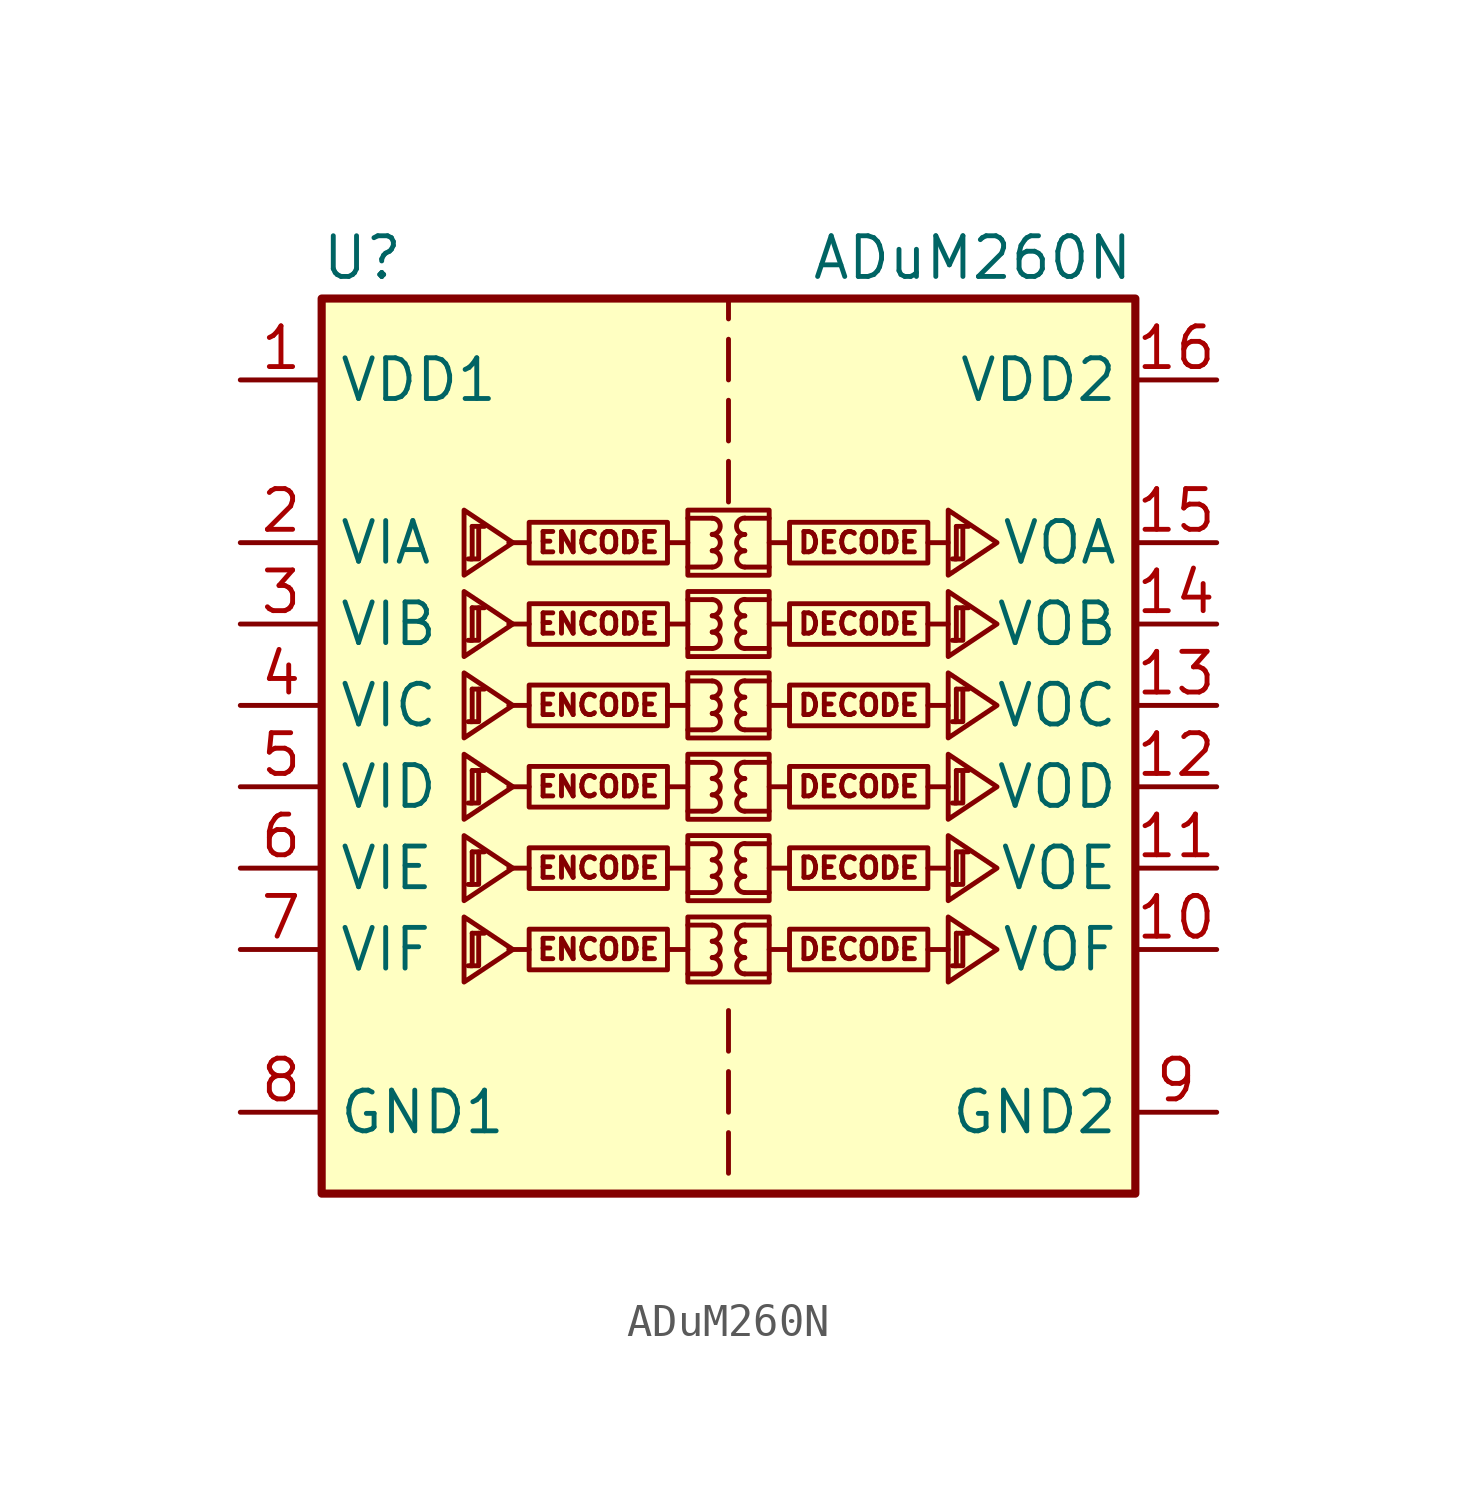
<source format=kicad_sym>
(kicad_symbol_lib
  (version 20201005)
  (generator kicad_symbol_editor)
  (symbol "Isolator_Digital:ADuM260N"
    (property "Reference" "U"
      (at -11.43 16.51 0)
      (effects (font (size 1.27 1.27))))
    (property "Value" "ADuM260N"
      (at 7.62 16.51 0)
      (effects (font (size 1.27 1.27))))
    (symbol "ADuM260N_0_1"
      (polyline (pts (xy -8.001 8.128) (xy -7.62 8.128)) (stroke (width 0)) (fill (type none)))
      (polyline (pts (xy -8.052 7.112) (xy -7.798 7.112) (xy -7.798 8.128)) (stroke (width 0)) (fill (type none)))
      (polyline (pts (xy -8.001 8.128) (xy -8.001 7.112) (xy -8.128 7.112)) (stroke (width 0)) (fill (type none)))
      (polyline (pts (xy -6.731 7.62) (xy -8.255 8.636) (xy -8.255 6.604) (xy -6.731 7.62)) (stroke (width 0)) (fill (type none))))
    (symbol "ADuM260N_1_0"
      (arc (start -0.508 -5.842) (end -0.508 -5.334) (radius (at -0.508 -5.588) (length 0.254) (angles -89.9 89.9)) (stroke (width 0)) (fill (type none)))
      (arc (start -0.508 -5.334) (end -0.508 -4.826) (radius (at -0.508 -5.08) (length 0.254) (angles -89.9 89.9)) (stroke (width 0)) (fill (type none)))
      (arc (start -0.508 -4.826) (end -0.508 -4.318) (radius (at -0.508 -4.572) (length 0.254) (angles -89.9 89.9)) (stroke (width 0)) (fill (type none)))
      (arc (start -0.508 -3.302) (end -0.508 -2.794) (radius (at -0.508 -3.048) (length 0.254) (angles -89.9 89.9)) (stroke (width 0)) (fill (type none)))
      (arc (start -0.508 -2.794) (end -0.508 -2.286) (radius (at -0.508 -2.54) (length 0.254) (angles -89.9 89.9)) (stroke (width 0)) (fill (type none)))
      (arc (start -0.508 -2.286) (end -0.508 -1.778) (radius (at -0.508 -2.032) (length 0.254) (angles -89.9 89.9)) (stroke (width 0)) (fill (type none)))
      (arc (start -0.508 -0.762) (end -0.508 -0.254) (radius (at -0.508 -0.508) (length 0.254) (angles -89.9 89.9)) (stroke (width 0)) (fill (type none)))
      (arc (start -0.508 -0.254) (end -0.508 0.254) (radius (at -0.508 0) (length 0.254) (angles -89.9 89.9)) (stroke (width 0)) (fill (type none)))
      (arc (start -0.508 0.254) (end -0.508 0.762) (radius (at -0.508 0.508) (length 0.254) (angles -89.9 89.9)) (stroke (width 0)) (fill (type none)))
      (arc (start -0.508 1.778) (end -0.508 2.286) (radius (at -0.508 2.032) (length 0.254) (angles -89.9 89.9)) (stroke (width 0)) (fill (type none)))
      (arc (start -0.508 2.286) (end -0.508 2.794) (radius (at -0.508 2.54) (length 0.254) (angles -89.9 89.9)) (stroke (width 0)) (fill (type none)))
      (arc (start -0.508 2.794) (end -0.508 3.302) (radius (at -0.508 3.048) (length 0.254) (angles -89.9 89.9)) (stroke (width 0)) (fill (type none)))
      (arc (start -0.508 4.318) (end -0.508 4.826) (radius (at -0.508 4.572) (length 0.254) (angles -89.9 89.9)) (stroke (width 0)) (fill (type none)))
      (arc (start -0.508 4.826) (end -0.508 5.334) (radius (at -0.508 5.08) (length 0.254) (angles -89.9 89.9)) (stroke (width 0)) (fill (type none)))
      (arc (start -0.508 5.334) (end -0.508 5.842) (radius (at -0.508 5.588) (length 0.254) (angles -89.9 89.9)) (stroke (width 0)) (fill (type none)))
      (arc (start -0.508 6.858) (end -0.508 7.366) (radius (at -0.508 7.112) (length 0.254) (angles -89.9 89.9)) (stroke (width 0)) (fill (type none)))
      (arc (start -0.508 7.366) (end -0.508 7.874) (radius (at -0.508 7.62) (length 0.254) (angles -89.9 89.9)) (stroke (width 0)) (fill (type none)))
      (arc (start -0.508 7.874) (end -0.508 8.382) (radius (at -0.508 8.128) (length 0.254) (angles -89.9 89.9)) (stroke (width 0)) (fill (type none)))
      (arc (start 0.508 -5.334) (end 0.508 -5.842) (radius (at 0.508 -5.588) (length 0.254) (angles 90.1 -90.1)) (stroke (width 0)) (fill (type none)))
      (arc (start 0.508 -4.826) (end 0.508 -5.334) (radius (at 0.508 -5.08) (length 0.254) (angles 90.1 -90.1)) (stroke (width 0)) (fill (type none)))
      (arc (start 0.508 -4.318) (end 0.508 -4.826) (radius (at 0.508 -4.572) (length 0.254) (angles 90.1 -90.1)) (stroke (width 0)) (fill (type none)))
      (arc (start 0.508 -2.794) (end 0.508 -3.302) (radius (at 0.508 -3.048) (length 0.254) (angles 90.1 -90.1)) (stroke (width 0)) (fill (type none)))
      (arc (start 0.508 -2.286) (end 0.508 -2.794) (radius (at 0.508 -2.54) (length 0.254) (angles 90.1 -90.1)) (stroke (width 0)) (fill (type none)))
      (arc (start 0.508 -1.778) (end 0.508 -2.286) (radius (at 0.508 -2.032) (length 0.254) (angles 90.1 -90.1)) (stroke (width 0)) (fill (type none)))
      (arc (start 0.508 -0.254) (end 0.508 -0.762) (radius (at 0.508 -0.508) (length 0.254) (angles 90.1 -90.1)) (stroke (width 0)) (fill (type none)))
      (arc (start 0.508 0.254) (end 0.508 -0.254) (radius (at 0.508 0) (length 0.254) (angles 90.1 -90.1)) (stroke (width 0)) (fill (type none)))
      (arc (start 0.508 0.762) (end 0.508 0.254) (radius (at 0.508 0.508) (length 0.254) (angles 90.1 -90.1)) (stroke (width 0)) (fill (type none)))
      (arc (start 0.508 2.286) (end 0.508 1.778) (radius (at 0.508 2.032) (length 0.254) (angles 90.1 -90.1)) (stroke (width 0)) (fill (type none)))
      (arc (start 0.508 2.794) (end 0.508 2.286) (radius (at 0.508 2.54) (length 0.254) (angles 90.1 -90.1)) (stroke (width 0)) (fill (type none)))
      (arc (start 0.508 3.302) (end 0.508 2.794) (radius (at 0.508 3.048) (length 0.254) (angles 90.1 -90.1)) (stroke (width 0)) (fill (type none)))
      (arc (start 0.508 4.826) (end 0.508 4.318) (radius (at 0.508 4.572) (length 0.254) (angles 90.1 -90.1)) (stroke (width 0)) (fill (type none)))
      (arc (start 0.508 5.334) (end 0.508 4.826) (radius (at 0.508 5.08) (length 0.254) (angles 90.1 -90.1)) (stroke (width 0)) (fill (type none)))
      (arc (start 0.508 5.842) (end 0.508 5.334) (radius (at 0.508 5.588) (length 0.254) (angles 90.1 -90.1)) (stroke (width 0)) (fill (type none)))
      (arc (start 0.508 7.366) (end 0.508 6.858) (radius (at 0.508 7.112) (length 0.254) (angles 90.1 -90.1)) (stroke (width 0)) (fill (type none)))
      (arc (start 0.508 7.874) (end 0.508 7.366) (radius (at 0.508 7.62) (length 0.254) (angles 90.1 -90.1)) (stroke (width 0)) (fill (type none)))
      (arc (start 0.508 8.382) (end 0.508 7.874) (radius (at 0.508 8.128) (length 0.254) (angles 90.1 -90.1)) (stroke (width 0)) (fill (type none)))
      (text "DECODE" (at 4.064 -5.08 0) (effects (font (size 0.635 0.635))))
      (text "DECODE" (at 4.064 -2.54 0) (effects (font (size 0.635 0.635))))
      (text "DECODE" (at 4.064 0 0) (effects (font (size 0.635 0.635))))
      (text "DECODE" (at 4.064 2.54 0) (effects (font (size 0.635 0.635))))
      (text "DECODE" (at 4.064 5.08 0) (effects (font (size 0.635 0.635))))
      (text "DECODE" (at 4.064 7.62 0) (effects (font (size 0.635 0.635))))
      (text "ENCODE" (at -4.064 -5.08 0) (effects (font (size 0.635 0.635))))
      (text "ENCODE" (at -4.064 -2.54 0) (effects (font (size 0.635 0.635))))
      (text "ENCODE" (at -4.064 0 0) (effects (font (size 0.635 0.635))))
      (text "ENCODE" (at -4.064 2.54 0) (effects (font (size 0.635 0.635))))
      (text "ENCODE" (at -4.064 5.08 0) (effects (font (size 0.635 0.635))))
      (text "ENCODE" (at -4.064 7.62 0) (effects (font (size 0.635 0.635))))
      (rectangle (start -1.27 -4.064) (end 1.27 -6.096) (stroke (width 0)) (fill (type none)))
      (rectangle (start -1.27 -1.524) (end 1.27 -3.556) (stroke (width 0)) (fill (type none)))
      (rectangle (start -1.27 1.016) (end 1.27 -1.016) (stroke (width 0)) (fill (type none)))
      (rectangle (start -1.27 3.556) (end 1.27 1.524) (stroke (width 0)) (fill (type none)))
      (rectangle (start -1.27 6.096) (end 1.27 4.064) (stroke (width 0)) (fill (type none)))
      (rectangle (start -1.27 8.636) (end 1.27 6.604) (stroke (width 0)) (fill (type none)))
      (rectangle (start 1.905 -4.445) (end 6.223 -5.715) (stroke (width 0)) (fill (type none)))
      (rectangle (start 1.905 -1.905) (end 6.223 -3.175) (stroke (width 0)) (fill (type none)))
      (rectangle (start 1.905 0.635) (end 6.223 -0.635) (stroke (width 0)) (fill (type none)))
      (rectangle (start 1.905 3.175) (end 6.223 1.905) (stroke (width 0)) (fill (type none)))
      (rectangle (start 1.905 5.715) (end 6.223 4.445) (stroke (width 0)) (fill (type none)))
      (rectangle (start 1.905 8.255) (end 6.223 6.985) (stroke (width 0)) (fill (type none)))
      (polyline (pts (xy -6.223 -5.08) (xy -6.858 -5.08)) (stroke (width 0)) (fill (type none)))
      (polyline (pts (xy -6.223 -2.54) (xy -6.858 -2.54)) (stroke (width 0)) (fill (type none)))
      (polyline (pts (xy -6.223 0) (xy -6.858 0)) (stroke (width 0)) (fill (type none)))
      (polyline (pts (xy -6.223 2.54) (xy -6.858 2.54)) (stroke (width 0)) (fill (type none)))
      (polyline (pts (xy -6.223 5.08) (xy -6.858 5.08)) (stroke (width 0)) (fill (type none)))
      (polyline (pts (xy -6.223 7.62) (xy -6.858 7.62)) (stroke (width 0)) (fill (type none)))
      (polyline (pts (xy -1.905 -5.08) (xy -1.27 -5.08)) (stroke (width 0)) (fill (type none)))
      (polyline (pts (xy -1.905 -2.54) (xy -1.27 -2.54)) (stroke (width 0)) (fill (type none)))
      (polyline (pts (xy -1.905 0) (xy -1.27 0)) (stroke (width 0)) (fill (type none)))
      (polyline (pts (xy -1.905 2.54) (xy -1.27 2.54)) (stroke (width 0)) (fill (type none)))
      (polyline (pts (xy -1.905 5.08) (xy -1.27 5.08)) (stroke (width 0)) (fill (type none)))
      (polyline (pts (xy -1.905 7.62) (xy -1.27 7.62)) (stroke (width 0)) (fill (type none)))
      (polyline (pts (xy -1.27 -5.842) (xy -0.508 -5.842)) (stroke (width 0)) (fill (type none)))
      (polyline (pts (xy -1.27 -4.318) (xy -0.508 -4.318)) (stroke (width 0)) (fill (type none)))
      (polyline (pts (xy -1.27 -3.302) (xy -0.508 -3.302)) (stroke (width 0)) (fill (type none)))
      (polyline (pts (xy -1.27 -1.778) (xy -0.508 -1.778)) (stroke (width 0)) (fill (type none)))
      (polyline (pts (xy -1.27 -0.762) (xy -0.508 -0.762)) (stroke (width 0)) (fill (type none)))
      (polyline (pts (xy -1.27 0.762) (xy -0.508 0.762)) (stroke (width 0)) (fill (type none)))
      (polyline (pts (xy -1.27 1.778) (xy -0.508 1.778)) (stroke (width 0)) (fill (type none)))
      (polyline (pts (xy -1.27 3.302) (xy -0.508 3.302)) (stroke (width 0)) (fill (type none)))
      (polyline (pts (xy -1.27 4.318) (xy -0.508 4.318)) (stroke (width 0)) (fill (type none)))
      (polyline (pts (xy -1.27 5.842) (xy -0.508 5.842)) (stroke (width 0)) (fill (type none)))
      (polyline (pts (xy -1.27 6.858) (xy -0.508 6.858)) (stroke (width 0)) (fill (type none)))
      (polyline (pts (xy -1.27 8.382) (xy -0.508 8.382)) (stroke (width 0)) (fill (type none)))
      (polyline (pts (xy 0 -10.795) (xy 0 -12.065)) (stroke (width 0)) (fill (type none)))
      (polyline (pts (xy 0 -8.89) (xy 0 -10.16)) (stroke (width 0)) (fill (type none)))
      (polyline (pts (xy 0 -6.985) (xy 0 -8.255)) (stroke (width 0)) (fill (type none)))
      (polyline (pts (xy 0 8.89) (xy 0 10.16)) (stroke (width 0)) (fill (type none)))
      (polyline (pts (xy 0 12.065) (xy 0 10.795)) (stroke (width 0)) (fill (type none)))
      (polyline (pts (xy 0 13.97) (xy 0 12.7)) (stroke (width 0)) (fill (type none)))
      (polyline (pts (xy 0 14.605) (xy 0 15.24)) (stroke (width 0)) (fill (type none)))
      (polyline (pts (xy 1.27 -5.842) (xy 0.508 -5.842)) (stroke (width 0)) (fill (type none)))
      (polyline (pts (xy 1.27 -4.318) (xy 0.508 -4.318)) (stroke (width 0)) (fill (type none)))
      (polyline (pts (xy 1.27 -3.302) (xy 0.508 -3.302)) (stroke (width 0)) (fill (type none)))
      (polyline (pts (xy 1.27 -1.778) (xy 0.508 -1.778)) (stroke (width 0)) (fill (type none)))
      (polyline (pts (xy 1.27 -0.762) (xy 0.508 -0.762)) (stroke (width 0)) (fill (type none)))
      (polyline (pts (xy 1.27 0.762) (xy 0.508 0.762)) (stroke (width 0)) (fill (type none)))
      (polyline (pts (xy 1.27 1.778) (xy 0.508 1.778)) (stroke (width 0)) (fill (type none)))
      (polyline (pts (xy 1.27 3.302) (xy 0.508 3.302)) (stroke (width 0)) (fill (type none)))
      (polyline (pts (xy 1.27 4.318) (xy 0.508 4.318)) (stroke (width 0)) (fill (type none)))
      (polyline (pts (xy 1.27 5.842) (xy 0.508 5.842)) (stroke (width 0)) (fill (type none)))
      (polyline (pts (xy 1.27 6.858) (xy 0.508 6.858)) (stroke (width 0)) (fill (type none)))
      (polyline (pts (xy 1.27 8.382) (xy 0.508 8.382)) (stroke (width 0)) (fill (type none)))
      (polyline (pts (xy 1.905 -5.08) (xy 1.27 -5.08)) (stroke (width 0)) (fill (type none)))
      (polyline (pts (xy 1.905 -2.54) (xy 1.27 -2.54)) (stroke (width 0)) (fill (type none)))
      (polyline (pts (xy 1.905 0) (xy 1.27 0)) (stroke (width 0)) (fill (type none)))
      (polyline (pts (xy 1.905 2.54) (xy 1.27 2.54)) (stroke (width 0)) (fill (type none)))
      (polyline (pts (xy 1.905 5.08) (xy 1.27 5.08)) (stroke (width 0)) (fill (type none)))
      (polyline (pts (xy 1.905 7.62) (xy 1.27 7.62)) (stroke (width 0)) (fill (type none)))
      (polyline (pts (xy 6.223 -5.08) (xy 6.858 -5.08)) (stroke (width 0)) (fill (type none)))
      (polyline (pts (xy 6.223 -2.54) (xy 6.858 -2.54)) (stroke (width 0)) (fill (type none)))
      (polyline (pts (xy 6.223 0) (xy 6.858 0)) (stroke (width 0)) (fill (type none)))
      (polyline (pts (xy 6.223 2.54) (xy 6.858 2.54)) (stroke (width 0)) (fill (type none)))
      (polyline (pts (xy 6.223 5.08) (xy 6.858 5.08)) (stroke (width 0)) (fill (type none)))
      (polyline (pts (xy 6.223 7.62) (xy 6.858 7.62)) (stroke (width 0)) (fill (type none))))
    (symbol "ADuM260N_1_1"
      (rectangle (start -1.905 -4.445) (end -6.223 -5.715) (stroke (width 0)) (fill (type none)))
      (rectangle (start -1.905 -1.905) (end -6.223 -3.175) (stroke (width 0)) (fill (type none)))
      (rectangle (start -1.905 0.635) (end -6.223 -0.635) (stroke (width 0)) (fill (type none)))
      (rectangle (start -1.905 3.175) (end -6.223 1.905) (stroke (width 0)) (fill (type none)))
      (rectangle (start -1.905 5.715) (end -6.223 4.445) (stroke (width 0)) (fill (type none)))
      (rectangle (start -1.905 8.255) (end -6.223 6.985) (stroke (width 0)) (fill (type none)))
      (rectangle (start -12.7 15.24) (end 12.7 -12.7) (stroke (width 0.254)) (fill (type background)))
      (polyline (pts (xy -8.001 -4.572) (xy -7.62 -4.572)) (stroke (width 0)) (fill (type none)))
      (polyline (pts (xy -8.001 -2.032) (xy -7.62 -2.032)) (stroke (width 0)) (fill (type none)))
      (polyline (pts (xy -8.001 0.508) (xy -7.62 0.508)) (stroke (width 0)) (fill (type none)))
      (polyline (pts (xy -8.001 3.048) (xy -7.62 3.048)) (stroke (width 0)) (fill (type none)))
      (polyline (pts (xy -8.001 5.588) (xy -7.62 5.588)) (stroke (width 0)) (fill (type none)))
      (polyline (pts (xy 7.112 -4.572) (xy 7.493 -4.572)) (stroke (width 0)) (fill (type none)))
      (polyline (pts (xy 7.112 -2.032) (xy 7.493 -2.032)) (stroke (width 0)) (fill (type none)))
      (polyline (pts (xy 7.112 0.508) (xy 7.493 0.508)) (stroke (width 0)) (fill (type none)))
      (polyline (pts (xy 7.112 3.048) (xy 7.493 3.048)) (stroke (width 0)) (fill (type none)))
      (polyline (pts (xy 7.112 5.588) (xy 7.493 5.588)) (stroke (width 0)) (fill (type none)))
      (polyline (pts (xy 7.112 8.128) (xy 7.493 8.128)) (stroke (width 0)) (fill (type none)))
      (polyline (pts (xy -8.052 -5.588) (xy -7.798 -5.588) (xy -7.798 -4.572)) (stroke (width 0)) (fill (type none)))
      (polyline (pts (xy -8.052 -3.048) (xy -7.798 -3.048) (xy -7.798 -2.032)) (stroke (width 0)) (fill (type none)))
      (polyline (pts (xy -8.052 -0.508) (xy -7.798 -0.508) (xy -7.798 0.508)) (stroke (width 0)) (fill (type none)))
      (polyline (pts (xy -8.052 2.032) (xy -7.798 2.032) (xy -7.798 3.048)) (stroke (width 0)) (fill (type none)))
      (polyline (pts (xy -8.052 4.572) (xy -7.798 4.572) (xy -7.798 5.588)) (stroke (width 0)) (fill (type none)))
      (polyline (pts (xy -8.001 -4.572) (xy -8.001 -5.588) (xy -8.128 -5.588)) (stroke (width 0)) (fill (type none)))
      (polyline (pts (xy -8.001 -2.032) (xy -8.001 -3.048) (xy -8.128 -3.048)) (stroke (width 0)) (fill (type none)))
      (polyline (pts (xy -8.001 0.508) (xy -8.001 -0.508) (xy -8.128 -0.508)) (stroke (width 0)) (fill (type none)))
      (polyline (pts (xy -8.001 3.048) (xy -8.001 2.032) (xy -8.128 2.032)) (stroke (width 0)) (fill (type none)))
      (polyline (pts (xy -8.001 5.588) (xy -8.001 4.572) (xy -8.128 4.572)) (stroke (width 0)) (fill (type none)))
      (polyline (pts (xy 7.061 -5.588) (xy 7.315 -5.588) (xy 7.315 -4.572)) (stroke (width 0)) (fill (type none)))
      (polyline (pts (xy 7.061 -3.048) (xy 7.315 -3.048) (xy 7.315 -2.032)) (stroke (width 0)) (fill (type none)))
      (polyline (pts (xy 7.061 -0.508) (xy 7.315 -0.508) (xy 7.315 0.508)) (stroke (width 0)) (fill (type none)))
      (polyline (pts (xy 7.061 2.032) (xy 7.315 2.032) (xy 7.315 3.048)) (stroke (width 0)) (fill (type none)))
      (polyline (pts (xy 7.061 4.572) (xy 7.315 4.572) (xy 7.315 5.588)) (stroke (width 0)) (fill (type none)))
      (polyline (pts (xy 7.061 7.112) (xy 7.315 7.112) (xy 7.315 8.128)) (stroke (width 0)) (fill (type none)))
      (polyline (pts (xy 7.112 -4.572) (xy 7.112 -5.588) (xy 6.985 -5.588)) (stroke (width 0)) (fill (type none)))
      (polyline (pts (xy 7.112 -2.032) (xy 7.112 -3.048) (xy 6.985 -3.048)) (stroke (width 0)) (fill (type none)))
      (polyline (pts (xy 7.112 0.508) (xy 7.112 -0.508) (xy 6.985 -0.508)) (stroke (width 0)) (fill (type none)))
      (polyline (pts (xy 7.112 3.048) (xy 7.112 2.032) (xy 6.985 2.032)) (stroke (width 0)) (fill (type none)))
      (polyline (pts (xy 7.112 5.588) (xy 7.112 4.572) (xy 6.985 4.572)) (stroke (width 0)) (fill (type none)))
      (polyline (pts (xy 7.112 8.128) (xy 7.112 7.112) (xy 6.985 7.112)) (stroke (width 0)) (fill (type none)))
      (polyline (pts (xy -6.731 -5.08) (xy -8.255 -4.064) (xy -8.255 -6.096) (xy -6.731 -5.08)) (stroke (width 0)) (fill (type none)))
      (polyline (pts (xy -6.731 -2.54) (xy -8.255 -1.524) (xy -8.255 -3.556) (xy -6.731 -2.54)) (stroke (width 0)) (fill (type none)))
      (polyline (pts (xy -6.731 0) (xy -8.255 1.016) (xy -8.255 -1.016) (xy -6.731 0)) (stroke (width 0)) (fill (type none)))
      (polyline (pts (xy -6.731 2.54) (xy -8.255 3.556) (xy -8.255 1.524) (xy -6.731 2.54)) (stroke (width 0)) (fill (type none)))
      (polyline (pts (xy -6.731 5.08) (xy -8.255 6.096) (xy -8.255 4.064) (xy -6.731 5.08)) (stroke (width 0)) (fill (type none)))
      (polyline (pts (xy 8.382 -5.08) (xy 6.858 -4.064) (xy 6.858 -6.096) (xy 8.382 -5.08)) (stroke (width 0)) (fill (type none)))
      (polyline (pts (xy 8.382 -2.54) (xy 6.858 -1.524) (xy 6.858 -3.556) (xy 8.382 -2.54)) (stroke (width 0)) (fill (type none)))
      (polyline (pts (xy 8.382 0) (xy 6.858 1.016) (xy 6.858 -1.016) (xy 8.382 0)) (stroke (width 0)) (fill (type none)))
      (polyline (pts (xy 8.382 2.54) (xy 6.858 3.556) (xy 6.858 1.524) (xy 8.382 2.54)) (stroke (width 0)) (fill (type none)))
      (polyline (pts (xy 8.382 5.08) (xy 6.858 6.096) (xy 6.858 4.064) (xy 8.382 5.08)) (stroke (width 0)) (fill (type none)))
      (polyline (pts (xy 8.382 7.62) (xy 6.858 8.636) (xy 6.858 6.604) (xy 8.382 7.62)) (stroke (width 0)) (fill (type none)))
      (pin power_in line (at -15.24 12.7 0) (length 2.54) (name "VDD1" (effects (font (size 1.27 1.27)))) (number "1" (effects (font (size 1.27 1.27)))))
      (pin output line (at 15.24 -5.08 180) (length 2.54) (name "VOF" (effects (font (size 1.27 1.27)))) (number "10" (effects (font (size 1.27 1.27)))))
      (pin output line (at 15.24 -2.54 180) (length 2.54) (name "VOE" (effects (font (size 1.27 1.27)))) (number "11" (effects (font (size 1.27 1.27)))))
      (pin output line (at 15.24 0 180) (length 2.54) (name "VOD" (effects (font (size 1.27 1.27)))) (number "12" (effects (font (size 1.27 1.27)))))
      (pin output line (at 15.24 2.54 180) (length 2.54) (name "VOC" (effects (font (size 1.27 1.27)))) (number "13" (effects (font (size 1.27 1.27)))))
      (pin output line (at 15.24 5.08 180) (length 2.54) (name "VOB" (effects (font (size 1.27 1.27)))) (number "14" (effects (font (size 1.27 1.27)))))
      (pin output line (at 15.24 7.62 180) (length 2.54) (name "VOA" (effects (font (size 1.27 1.27)))) (number "15" (effects (font (size 1.27 1.27)))))
      (pin power_in line (at 15.24 12.7 180) (length 2.54) (name "VDD2" (effects (font (size 1.27 1.27)))) (number "16" (effects (font (size 1.27 1.27)))))
      (pin input line (at -15.24 7.62 0) (length 2.54) (name "VIA" (effects (font (size 1.27 1.27)))) (number "2" (effects (font (size 1.27 1.27)))))
      (pin input line (at -15.24 5.08 0) (length 2.54) (name "VIB" (effects (font (size 1.27 1.27)))) (number "3" (effects (font (size 1.27 1.27)))))
      (pin input line (at -15.24 2.54 0) (length 2.54) (name "VIC" (effects (font (size 1.27 1.27)))) (number "4" (effects (font (size 1.27 1.27)))))
      (pin input line (at -15.24 0 0) (length 2.54) (name "VID" (effects (font (size 1.27 1.27)))) (number "5" (effects (font (size 1.27 1.27)))))
      (pin input line (at -15.24 -2.54 0) (length 2.54) (name "VIE" (effects (font (size 1.27 1.27)))) (number "6" (effects (font (size 1.27 1.27)))))
      (pin input line (at -15.24 -5.08 0) (length 2.54) (name "VIF" (effects (font (size 1.27 1.27)))) (number "7" (effects (font (size 1.27 1.27)))))
      (pin power_in line (at -15.24 -10.16 0) (length 2.54) (name "GND1" (effects (font (size 1.27 1.27)))) (number "8" (effects (font (size 1.27 1.27)))))
      (pin power_in line (at 15.24 -10.16 180) (length 2.54) (name "GND2" (effects (font (size 1.27 1.27)))) (number "9" (effects (font (size 1.27 1.27))))))))
</source>
